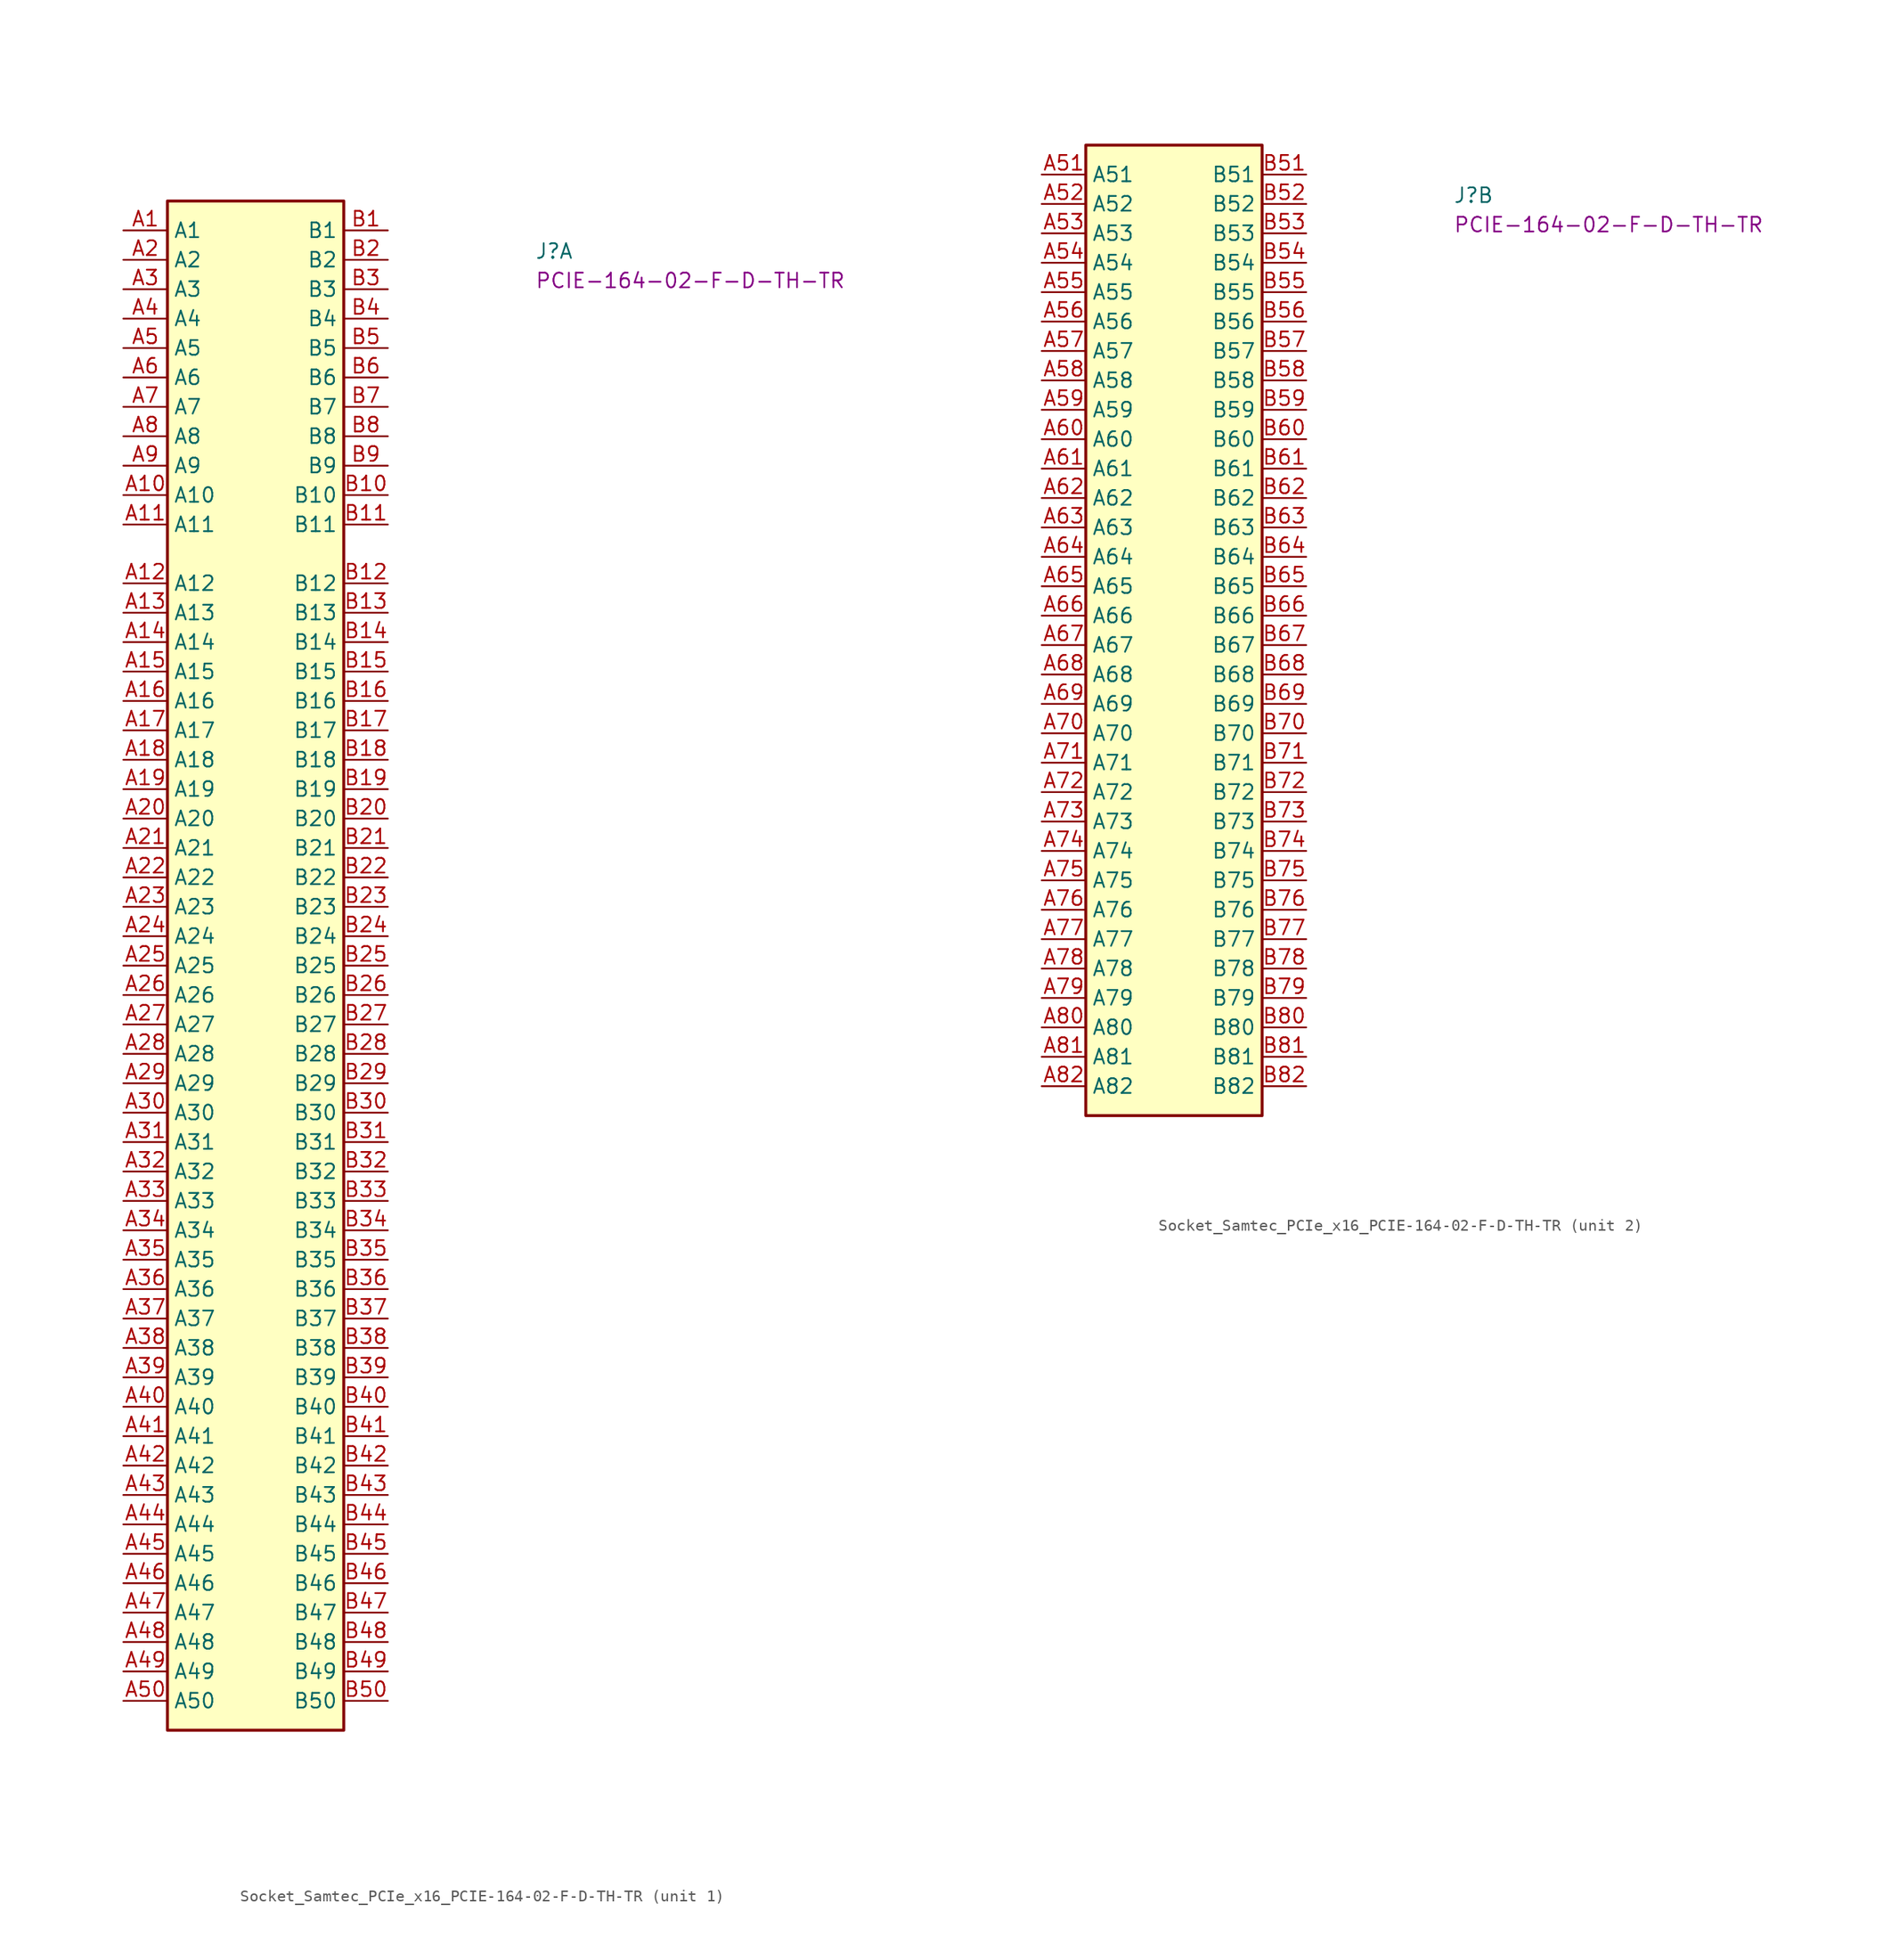
<source format=kicad_sym>
(kicad_symbol_lib
  (version 20220914)
  (generator kicad_symbol_editor)
  (symbol "Socket_Samtec_PCIe_x16_PCIE-164-02-F-D-TH-TR"
    (property "Reference" "J"
      (at 35.56 -2.54 0)
      (effects (font (size 1.27 1.27) (thickness 0.15)) (justify left bottom)))
    (property "MPN" "PCIE-164-02-F-D-TH-TR"
      (at 35.56 -5.08 0)
      (effects (font (size 1.27 1.27) (thickness 0.15)) (justify left bottom)))
    (symbol "Socket_Samtec_PCIe_x16_PCIE-164-02-F-D-TH-TR_1_1"
      (rectangle (start 3.81 -129.54) (end 19.05 2.54) (stroke (width 0.254) (type default)) (fill (type background)))
      (pin passive line (at 0 0 0) (length 3.81) (name "A1" (effects (font (size 1.27 1.27)))) (number "A1" (effects (font (size 1.27 1.27)))))
      (pin passive line (at 0 -22.86 0) (length 3.81) (name "A10" (effects (font (size 1.27 1.27)))) (number "A10" (effects (font (size 1.27 1.27)))))
      (pin passive line (at 0 -25.4 0) (length 3.81) (name "A11" (effects (font (size 1.27 1.27)))) (number "A11" (effects (font (size 1.27 1.27)))))
      (pin passive line (at 0 -30.48 0) (length 3.81) (name "A12" (effects (font (size 1.27 1.27)))) (number "A12" (effects (font (size 1.27 1.27)))))
      (pin passive line (at 0 -33.02 0) (length 3.81) (name "A13" (effects (font (size 1.27 1.27)))) (number "A13" (effects (font (size 1.27 1.27)))))
      (pin passive line (at 0 -35.56 0) (length 3.81) (name "A14" (effects (font (size 1.27 1.27)))) (number "A14" (effects (font (size 1.27 1.27)))))
      (pin passive line (at 0 -38.1 0) (length 3.81) (name "A15" (effects (font (size 1.27 1.27)))) (number "A15" (effects (font (size 1.27 1.27)))))
      (pin passive line (at 0 -40.64 0) (length 3.81) (name "A16" (effects (font (size 1.27 1.27)))) (number "A16" (effects (font (size 1.27 1.27)))))
      (pin passive line (at 0 -43.18 0) (length 3.81) (name "A17" (effects (font (size 1.27 1.27)))) (number "A17" (effects (font (size 1.27 1.27)))))
      (pin passive line (at 0 -45.72 0) (length 3.81) (name "A18" (effects (font (size 1.27 1.27)))) (number "A18" (effects (font (size 1.27 1.27)))))
      (pin passive line (at 0 -48.26 0) (length 3.81) (name "A19" (effects (font (size 1.27 1.27)))) (number "A19" (effects (font (size 1.27 1.27)))))
      (pin passive line (at 0 -2.54 0) (length 3.81) (name "A2" (effects (font (size 1.27 1.27)))) (number "A2" (effects (font (size 1.27 1.27)))))
      (pin passive line (at 0 -50.8 0) (length 3.81) (name "A20" (effects (font (size 1.27 1.27)))) (number "A20" (effects (font (size 1.27 1.27)))))
      (pin passive line (at 0 -53.34 0) (length 3.81) (name "A21" (effects (font (size 1.27 1.27)))) (number "A21" (effects (font (size 1.27 1.27)))))
      (pin passive line (at 0 -55.88 0) (length 3.81) (name "A22" (effects (font (size 1.27 1.27)))) (number "A22" (effects (font (size 1.27 1.27)))))
      (pin passive line (at 0 -58.42 0) (length 3.81) (name "A23" (effects (font (size 1.27 1.27)))) (number "A23" (effects (font (size 1.27 1.27)))))
      (pin passive line (at 0 -60.96 0) (length 3.81) (name "A24" (effects (font (size 1.27 1.27)))) (number "A24" (effects (font (size 1.27 1.27)))))
      (pin passive line (at 0 -63.5 0) (length 3.81) (name "A25" (effects (font (size 1.27 1.27)))) (number "A25" (effects (font (size 1.27 1.27)))))
      (pin passive line (at 0 -66.04 0) (length 3.81) (name "A26" (effects (font (size 1.27 1.27)))) (number "A26" (effects (font (size 1.27 1.27)))))
      (pin passive line (at 0 -68.58 0) (length 3.81) (name "A27" (effects (font (size 1.27 1.27)))) (number "A27" (effects (font (size 1.27 1.27)))))
      (pin passive line (at 0 -71.12 0) (length 3.81) (name "A28" (effects (font (size 1.27 1.27)))) (number "A28" (effects (font (size 1.27 1.27)))))
      (pin passive line (at 0 -73.66 0) (length 3.81) (name "A29" (effects (font (size 1.27 1.27)))) (number "A29" (effects (font (size 1.27 1.27)))))
      (pin passive line (at 0 -5.08 0) (length 3.81) (name "A3" (effects (font (size 1.27 1.27)))) (number "A3" (effects (font (size 1.27 1.27)))))
      (pin passive line (at 0 -76.2 0) (length 3.81) (name "A30" (effects (font (size 1.27 1.27)))) (number "A30" (effects (font (size 1.27 1.27)))))
      (pin passive line (at 0 -78.74 0) (length 3.81) (name "A31" (effects (font (size 1.27 1.27)))) (number "A31" (effects (font (size 1.27 1.27)))))
      (pin passive line (at 0 -81.28 0) (length 3.81) (name "A32" (effects (font (size 1.27 1.27)))) (number "A32" (effects (font (size 1.27 1.27)))))
      (pin passive line (at 0 -83.82 0) (length 3.81) (name "A33" (effects (font (size 1.27 1.27)))) (number "A33" (effects (font (size 1.27 1.27)))))
      (pin passive line (at 0 -86.36 0) (length 3.81) (name "A34" (effects (font (size 1.27 1.27)))) (number "A34" (effects (font (size 1.27 1.27)))))
      (pin passive line (at 0 -88.9 0) (length 3.81) (name "A35" (effects (font (size 1.27 1.27)))) (number "A35" (effects (font (size 1.27 1.27)))))
      (pin passive line (at 0 -91.44 0) (length 3.81) (name "A36" (effects (font (size 1.27 1.27)))) (number "A36" (effects (font (size 1.27 1.27)))))
      (pin passive line (at 0 -93.98 0) (length 3.81) (name "A37" (effects (font (size 1.27 1.27)))) (number "A37" (effects (font (size 1.27 1.27)))))
      (pin passive line (at 0 -96.52 0) (length 3.81) (name "A38" (effects (font (size 1.27 1.27)))) (number "A38" (effects (font (size 1.27 1.27)))))
      (pin passive line (at 0 -99.06 0) (length 3.81) (name "A39" (effects (font (size 1.27 1.27)))) (number "A39" (effects (font (size 1.27 1.27)))))
      (pin passive line (at 0 -7.62 0) (length 3.81) (name "A4" (effects (font (size 1.27 1.27)))) (number "A4" (effects (font (size 1.27 1.27)))))
      (pin passive line (at 0 -101.6 0) (length 3.81) (name "A40" (effects (font (size 1.27 1.27)))) (number "A40" (effects (font (size 1.27 1.27)))))
      (pin passive line (at 0 -104.14 0) (length 3.81) (name "A41" (effects (font (size 1.27 1.27)))) (number "A41" (effects (font (size 1.27 1.27)))))
      (pin passive line (at 0 -106.68 0) (length 3.81) (name "A42" (effects (font (size 1.27 1.27)))) (number "A42" (effects (font (size 1.27 1.27)))))
      (pin passive line (at 0 -109.22 0) (length 3.81) (name "A43" (effects (font (size 1.27 1.27)))) (number "A43" (effects (font (size 1.27 1.27)))))
      (pin passive line (at 0 -111.76 0) (length 3.81) (name "A44" (effects (font (size 1.27 1.27)))) (number "A44" (effects (font (size 1.27 1.27)))))
      (pin passive line (at 0 -114.3 0) (length 3.81) (name "A45" (effects (font (size 1.27 1.27)))) (number "A45" (effects (font (size 1.27 1.27)))))
      (pin passive line (at 0 -116.84 0) (length 3.81) (name "A46" (effects (font (size 1.27 1.27)))) (number "A46" (effects (font (size 1.27 1.27)))))
      (pin passive line (at 0 -119.38 0) (length 3.81) (name "A47" (effects (font (size 1.27 1.27)))) (number "A47" (effects (font (size 1.27 1.27)))))
      (pin passive line (at 0 -121.92 0) (length 3.81) (name "A48" (effects (font (size 1.27 1.27)))) (number "A48" (effects (font (size 1.27 1.27)))))
      (pin passive line (at 0 -124.46 0) (length 3.81) (name "A49" (effects (font (size 1.27 1.27)))) (number "A49" (effects (font (size 1.27 1.27)))))
      (pin passive line (at 0 -10.16 0) (length 3.81) (name "A5" (effects (font (size 1.27 1.27)))) (number "A5" (effects (font (size 1.27 1.27)))))
      (pin passive line (at 0 -127 0) (length 3.81) (name "A50" (effects (font (size 1.27 1.27)))) (number "A50" (effects (font (size 1.27 1.27)))))
      (pin passive line (at 0 -12.7 0) (length 3.81) (name "A6" (effects (font (size 1.27 1.27)))) (number "A6" (effects (font (size 1.27 1.27)))))
      (pin passive line (at 0 -15.24 0) (length 3.81) (name "A7" (effects (font (size 1.27 1.27)))) (number "A7" (effects (font (size 1.27 1.27)))))
      (pin passive line (at 0 -17.78 0) (length 3.81) (name "A8" (effects (font (size 1.27 1.27)))) (number "A8" (effects (font (size 1.27 1.27)))))
      (pin passive line (at 0 -20.32 0) (length 3.81) (name "A9" (effects (font (size 1.27 1.27)))) (number "A9" (effects (font (size 1.27 1.27)))))
      (pin passive line (at 22.86 0 180) (length 3.81) (name "B1" (effects (font (size 1.27 1.27)))) (number "B1" (effects (font (size 1.27 1.27)))))
      (pin passive line (at 22.86 -22.86 180) (length 3.81) (name "B10" (effects (font (size 1.27 1.27)))) (number "B10" (effects (font (size 1.27 1.27)))))
      (pin passive line (at 22.86 -25.4 180) (length 3.81) (name "B11" (effects (font (size 1.27 1.27)))) (number "B11" (effects (font (size 1.27 1.27)))))
      (pin passive line (at 22.86 -30.48 180) (length 3.81) (name "B12" (effects (font (size 1.27 1.27)))) (number "B12" (effects (font (size 1.27 1.27)))))
      (pin passive line (at 22.86 -33.02 180) (length 3.81) (name "B13" (effects (font (size 1.27 1.27)))) (number "B13" (effects (font (size 1.27 1.27)))))
      (pin passive line (at 22.86 -35.56 180) (length 3.81) (name "B14" (effects (font (size 1.27 1.27)))) (number "B14" (effects (font (size 1.27 1.27)))))
      (pin passive line (at 22.86 -38.1 180) (length 3.81) (name "B15" (effects (font (size 1.27 1.27)))) (number "B15" (effects (font (size 1.27 1.27)))))
      (pin passive line (at 22.86 -40.64 180) (length 3.81) (name "B16" (effects (font (size 1.27 1.27)))) (number "B16" (effects (font (size 1.27 1.27)))))
      (pin passive line (at 22.86 -43.18 180) (length 3.81) (name "B17" (effects (font (size 1.27 1.27)))) (number "B17" (effects (font (size 1.27 1.27)))))
      (pin passive line (at 22.86 -45.72 180) (length 3.81) (name "B18" (effects (font (size 1.27 1.27)))) (number "B18" (effects (font (size 1.27 1.27)))))
      (pin passive line (at 22.86 -48.26 180) (length 3.81) (name "B19" (effects (font (size 1.27 1.27)))) (number "B19" (effects (font (size 1.27 1.27)))))
      (pin passive line (at 22.86 -2.54 180) (length 3.81) (name "B2" (effects (font (size 1.27 1.27)))) (number "B2" (effects (font (size 1.27 1.27)))))
      (pin passive line (at 22.86 -50.8 180) (length 3.81) (name "B20" (effects (font (size 1.27 1.27)))) (number "B20" (effects (font (size 1.27 1.27)))))
      (pin passive line (at 22.86 -53.34 180) (length 3.81) (name "B21" (effects (font (size 1.27 1.27)))) (number "B21" (effects (font (size 1.27 1.27)))))
      (pin passive line (at 22.86 -55.88 180) (length 3.81) (name "B22" (effects (font (size 1.27 1.27)))) (number "B22" (effects (font (size 1.27 1.27)))))
      (pin passive line (at 22.86 -58.42 180) (length 3.81) (name "B23" (effects (font (size 1.27 1.27)))) (number "B23" (effects (font (size 1.27 1.27)))))
      (pin passive line (at 22.86 -60.96 180) (length 3.81) (name "B24" (effects (font (size 1.27 1.27)))) (number "B24" (effects (font (size 1.27 1.27)))))
      (pin passive line (at 22.86 -63.5 180) (length 3.81) (name "B25" (effects (font (size 1.27 1.27)))) (number "B25" (effects (font (size 1.27 1.27)))))
      (pin passive line (at 22.86 -66.04 180) (length 3.81) (name "B26" (effects (font (size 1.27 1.27)))) (number "B26" (effects (font (size 1.27 1.27)))))
      (pin passive line (at 22.86 -68.58 180) (length 3.81) (name "B27" (effects (font (size 1.27 1.27)))) (number "B27" (effects (font (size 1.27 1.27)))))
      (pin passive line (at 22.86 -71.12 180) (length 3.81) (name "B28" (effects (font (size 1.27 1.27)))) (number "B28" (effects (font (size 1.27 1.27)))))
      (pin passive line (at 22.86 -73.66 180) (length 3.81) (name "B29" (effects (font (size 1.27 1.27)))) (number "B29" (effects (font (size 1.27 1.27)))))
      (pin passive line (at 22.86 -5.08 180) (length 3.81) (name "B3" (effects (font (size 1.27 1.27)))) (number "B3" (effects (font (size 1.27 1.27)))))
      (pin passive line (at 22.86 -76.2 180) (length 3.81) (name "B30" (effects (font (size 1.27 1.27)))) (number "B30" (effects (font (size 1.27 1.27)))))
      (pin passive line (at 22.86 -78.74 180) (length 3.81) (name "B31" (effects (font (size 1.27 1.27)))) (number "B31" (effects (font (size 1.27 1.27)))))
      (pin passive line (at 22.86 -81.28 180) (length 3.81) (name "B32" (effects (font (size 1.27 1.27)))) (number "B32" (effects (font (size 1.27 1.27)))))
      (pin passive line (at 22.86 -83.82 180) (length 3.81) (name "B33" (effects (font (size 1.27 1.27)))) (number "B33" (effects (font (size 1.27 1.27)))))
      (pin passive line (at 22.86 -86.36 180) (length 3.81) (name "B34" (effects (font (size 1.27 1.27)))) (number "B34" (effects (font (size 1.27 1.27)))))
      (pin passive line (at 22.86 -88.9 180) (length 3.81) (name "B35" (effects (font (size 1.27 1.27)))) (number "B35" (effects (font (size 1.27 1.27)))))
      (pin passive line (at 22.86 -91.44 180) (length 3.81) (name "B36" (effects (font (size 1.27 1.27)))) (number "B36" (effects (font (size 1.27 1.27)))))
      (pin passive line (at 22.86 -93.98 180) (length 3.81) (name "B37" (effects (font (size 1.27 1.27)))) (number "B37" (effects (font (size 1.27 1.27)))))
      (pin passive line (at 22.86 -96.52 180) (length 3.81) (name "B38" (effects (font (size 1.27 1.27)))) (number "B38" (effects (font (size 1.27 1.27)))))
      (pin passive line (at 22.86 -99.06 180) (length 3.81) (name "B39" (effects (font (size 1.27 1.27)))) (number "B39" (effects (font (size 1.27 1.27)))))
      (pin passive line (at 22.86 -7.62 180) (length 3.81) (name "B4" (effects (font (size 1.27 1.27)))) (number "B4" (effects (font (size 1.27 1.27)))))
      (pin passive line (at 22.86 -101.6 180) (length 3.81) (name "B40" (effects (font (size 1.27 1.27)))) (number "B40" (effects (font (size 1.27 1.27)))))
      (pin passive line (at 22.86 -104.14 180) (length 3.81) (name "B41" (effects (font (size 1.27 1.27)))) (number "B41" (effects (font (size 1.27 1.27)))))
      (pin passive line (at 22.86 -106.68 180) (length 3.81) (name "B42" (effects (font (size 1.27 1.27)))) (number "B42" (effects (font (size 1.27 1.27)))))
      (pin passive line (at 22.86 -109.22 180) (length 3.81) (name "B43" (effects (font (size 1.27 1.27)))) (number "B43" (effects (font (size 1.27 1.27)))))
      (pin passive line (at 22.86 -111.76 180) (length 3.81) (name "B44" (effects (font (size 1.27 1.27)))) (number "B44" (effects (font (size 1.27 1.27)))))
      (pin passive line (at 22.86 -114.3 180) (length 3.81) (name "B45" (effects (font (size 1.27 1.27)))) (number "B45" (effects (font (size 1.27 1.27)))))
      (pin passive line (at 22.86 -116.84 180) (length 3.81) (name "B46" (effects (font (size 1.27 1.27)))) (number "B46" (effects (font (size 1.27 1.27)))))
      (pin passive line (at 22.86 -119.38 180) (length 3.81) (name "B47" (effects (font (size 1.27 1.27)))) (number "B47" (effects (font (size 1.27 1.27)))))
      (pin passive line (at 22.86 -121.92 180) (length 3.81) (name "B48" (effects (font (size 1.27 1.27)))) (number "B48" (effects (font (size 1.27 1.27)))))
      (pin passive line (at 22.86 -124.46 180) (length 3.81) (name "B49" (effects (font (size 1.27 1.27)))) (number "B49" (effects (font (size 1.27 1.27)))))
      (pin passive line (at 22.86 -10.16 180) (length 3.81) (name "B5" (effects (font (size 1.27 1.27)))) (number "B5" (effects (font (size 1.27 1.27)))))
      (pin passive line (at 22.86 -127 180) (length 3.81) (name "B50" (effects (font (size 1.27 1.27)))) (number "B50" (effects (font (size 1.27 1.27)))))
      (pin passive line (at 22.86 -12.7 180) (length 3.81) (name "B6" (effects (font (size 1.27 1.27)))) (number "B6" (effects (font (size 1.27 1.27)))))
      (pin passive line (at 22.86 -15.24 180) (length 3.81) (name "B7" (effects (font (size 1.27 1.27)))) (number "B7" (effects (font (size 1.27 1.27)))))
      (pin passive line (at 22.86 -17.78 180) (length 3.81) (name "B8" (effects (font (size 1.27 1.27)))) (number "B8" (effects (font (size 1.27 1.27)))))
      (pin passive line (at 22.86 -20.32 180) (length 3.81) (name "B9" (effects (font (size 1.27 1.27)))) (number "B9" (effects (font (size 1.27 1.27))))))
    (symbol "Socket_Samtec_PCIe_x16_PCIE-164-02-F-D-TH-TR_2_1"
      (rectangle (start 3.81 -81.28) (end 19.05 2.54) (stroke (width 0.254) (type default)) (fill (type background)))
      (pin passive line (at 0 0 0) (length 3.81) (name "A51" (effects (font (size 1.27 1.27)))) (number "A51" (effects (font (size 1.27 1.27)))))
      (pin passive line (at 0 -2.54 0) (length 3.81) (name "A52" (effects (font (size 1.27 1.27)))) (number "A52" (effects (font (size 1.27 1.27)))))
      (pin passive line (at 0 -5.08 0) (length 3.81) (name "A53" (effects (font (size 1.27 1.27)))) (number "A53" (effects (font (size 1.27 1.27)))))
      (pin passive line (at 0 -7.62 0) (length 3.81) (name "A54" (effects (font (size 1.27 1.27)))) (number "A54" (effects (font (size 1.27 1.27)))))
      (pin passive line (at 0 -10.16 0) (length 3.81) (name "A55" (effects (font (size 1.27 1.27)))) (number "A55" (effects (font (size 1.27 1.27)))))
      (pin passive line (at 0 -12.7 0) (length 3.81) (name "A56" (effects (font (size 1.27 1.27)))) (number "A56" (effects (font (size 1.27 1.27)))))
      (pin passive line (at 0 -15.24 0) (length 3.81) (name "A57" (effects (font (size 1.27 1.27)))) (number "A57" (effects (font (size 1.27 1.27)))))
      (pin passive line (at 0 -17.78 0) (length 3.81) (name "A58" (effects (font (size 1.27 1.27)))) (number "A58" (effects (font (size 1.27 1.27)))))
      (pin passive line (at 0 -20.32 0) (length 3.81) (name "A59" (effects (font (size 1.27 1.27)))) (number "A59" (effects (font (size 1.27 1.27)))))
      (pin passive line (at 0 -22.86 0) (length 3.81) (name "A60" (effects (font (size 1.27 1.27)))) (number "A60" (effects (font (size 1.27 1.27)))))
      (pin passive line (at 0 -25.4 0) (length 3.81) (name "A61" (effects (font (size 1.27 1.27)))) (number "A61" (effects (font (size 1.27 1.27)))))
      (pin passive line (at 0 -27.94 0) (length 3.81) (name "A62" (effects (font (size 1.27 1.27)))) (number "A62" (effects (font (size 1.27 1.27)))))
      (pin passive line (at 0 -30.48 0) (length 3.81) (name "A63" (effects (font (size 1.27 1.27)))) (number "A63" (effects (font (size 1.27 1.27)))))
      (pin passive line (at 0 -33.02 0) (length 3.81) (name "A64" (effects (font (size 1.27 1.27)))) (number "A64" (effects (font (size 1.27 1.27)))))
      (pin passive line (at 0 -35.56 0) (length 3.81) (name "A65" (effects (font (size 1.27 1.27)))) (number "A65" (effects (font (size 1.27 1.27)))))
      (pin passive line (at 0 -38.1 0) (length 3.81) (name "A66" (effects (font (size 1.27 1.27)))) (number "A66" (effects (font (size 1.27 1.27)))))
      (pin passive line (at 0 -40.64 0) (length 3.81) (name "A67" (effects (font (size 1.27 1.27)))) (number "A67" (effects (font (size 1.27 1.27)))))
      (pin passive line (at 0 -43.18 0) (length 3.81) (name "A68" (effects (font (size 1.27 1.27)))) (number "A68" (effects (font (size 1.27 1.27)))))
      (pin passive line (at 0 -45.72 0) (length 3.81) (name "A69" (effects (font (size 1.27 1.27)))) (number "A69" (effects (font (size 1.27 1.27)))))
      (pin passive line (at 0 -48.26 0) (length 3.81) (name "A70" (effects (font (size 1.27 1.27)))) (number "A70" (effects (font (size 1.27 1.27)))))
      (pin passive line (at 0 -50.8 0) (length 3.81) (name "A71" (effects (font (size 1.27 1.27)))) (number "A71" (effects (font (size 1.27 1.27)))))
      (pin passive line (at 0 -53.34 0) (length 3.81) (name "A72" (effects (font (size 1.27 1.27)))) (number "A72" (effects (font (size 1.27 1.27)))))
      (pin passive line (at 0 -55.88 0) (length 3.81) (name "A73" (effects (font (size 1.27 1.27)))) (number "A73" (effects (font (size 1.27 1.27)))))
      (pin passive line (at 0 -58.42 0) (length 3.81) (name "A74" (effects (font (size 1.27 1.27)))) (number "A74" (effects (font (size 1.27 1.27)))))
      (pin passive line (at 0 -60.96 0) (length 3.81) (name "A75" (effects (font (size 1.27 1.27)))) (number "A75" (effects (font (size 1.27 1.27)))))
      (pin passive line (at 0 -63.5 0) (length 3.81) (name "A76" (effects (font (size 1.27 1.27)))) (number "A76" (effects (font (size 1.27 1.27)))))
      (pin passive line (at 0 -66.04 0) (length 3.81) (name "A77" (effects (font (size 1.27 1.27)))) (number "A77" (effects (font (size 1.27 1.27)))))
      (pin passive line (at 0 -68.58 0) (length 3.81) (name "A78" (effects (font (size 1.27 1.27)))) (number "A78" (effects (font (size 1.27 1.27)))))
      (pin passive line (at 0 -71.12 0) (length 3.81) (name "A79" (effects (font (size 1.27 1.27)))) (number "A79" (effects (font (size 1.27 1.27)))))
      (pin passive line (at 0 -73.66 0) (length 3.81) (name "A80" (effects (font (size 1.27 1.27)))) (number "A80" (effects (font (size 1.27 1.27)))))
      (pin passive line (at 0 -76.2 0) (length 3.81) (name "A81" (effects (font (size 1.27 1.27)))) (number "A81" (effects (font (size 1.27 1.27)))))
      (pin passive line (at 0 -78.74 0) (length 3.81) (name "A82" (effects (font (size 1.27 1.27)))) (number "A82" (effects (font (size 1.27 1.27)))))
      (pin passive line (at 22.86 0 180) (length 3.81) (name "B51" (effects (font (size 1.27 1.27)))) (number "B51" (effects (font (size 1.27 1.27)))))
      (pin passive line (at 22.86 -2.54 180) (length 3.81) (name "B52" (effects (font (size 1.27 1.27)))) (number "B52" (effects (font (size 1.27 1.27)))))
      (pin passive line (at 22.86 -5.08 180) (length 3.81) (name "B53" (effects (font (size 1.27 1.27)))) (number "B53" (effects (font (size 1.27 1.27)))))
      (pin passive line (at 22.86 -7.62 180) (length 3.81) (name "B54" (effects (font (size 1.27 1.27)))) (number "B54" (effects (font (size 1.27 1.27)))))
      (pin passive line (at 22.86 -10.16 180) (length 3.81) (name "B55" (effects (font (size 1.27 1.27)))) (number "B55" (effects (font (size 1.27 1.27)))))
      (pin passive line (at 22.86 -12.7 180) (length 3.81) (name "B56" (effects (font (size 1.27 1.27)))) (number "B56" (effects (font (size 1.27 1.27)))))
      (pin passive line (at 22.86 -15.24 180) (length 3.81) (name "B57" (effects (font (size 1.27 1.27)))) (number "B57" (effects (font (size 1.27 1.27)))))
      (pin passive line (at 22.86 -17.78 180) (length 3.81) (name "B58" (effects (font (size 1.27 1.27)))) (number "B58" (effects (font (size 1.27 1.27)))))
      (pin passive line (at 22.86 -20.32 180) (length 3.81) (name "B59" (effects (font (size 1.27 1.27)))) (number "B59" (effects (font (size 1.27 1.27)))))
      (pin passive line (at 22.86 -22.86 180) (length 3.81) (name "B60" (effects (font (size 1.27 1.27)))) (number "B60" (effects (font (size 1.27 1.27)))))
      (pin passive line (at 22.86 -25.4 180) (length 3.81) (name "B61" (effects (font (size 1.27 1.27)))) (number "B61" (effects (font (size 1.27 1.27)))))
      (pin passive line (at 22.86 -27.94 180) (length 3.81) (name "B62" (effects (font (size 1.27 1.27)))) (number "B62" (effects (font (size 1.27 1.27)))))
      (pin passive line (at 22.86 -30.48 180) (length 3.81) (name "B63" (effects (font (size 1.27 1.27)))) (number "B63" (effects (font (size 1.27 1.27)))))
      (pin passive line (at 22.86 -33.02 180) (length 3.81) (name "B64" (effects (font (size 1.27 1.27)))) (number "B64" (effects (font (size 1.27 1.27)))))
      (pin passive line (at 22.86 -35.56 180) (length 3.81) (name "B65" (effects (font (size 1.27 1.27)))) (number "B65" (effects (font (size 1.27 1.27)))))
      (pin passive line (at 22.86 -38.1 180) (length 3.81) (name "B66" (effects (font (size 1.27 1.27)))) (number "B66" (effects (font (size 1.27 1.27)))))
      (pin passive line (at 22.86 -40.64 180) (length 3.81) (name "B67" (effects (font (size 1.27 1.27)))) (number "B67" (effects (font (size 1.27 1.27)))))
      (pin passive line (at 22.86 -43.18 180) (length 3.81) (name "B68" (effects (font (size 1.27 1.27)))) (number "B68" (effects (font (size 1.27 1.27)))))
      (pin passive line (at 22.86 -45.72 180) (length 3.81) (name "B69" (effects (font (size 1.27 1.27)))) (number "B69" (effects (font (size 1.27 1.27)))))
      (pin passive line (at 22.86 -48.26 180) (length 3.81) (name "B70" (effects (font (size 1.27 1.27)))) (number "B70" (effects (font (size 1.27 1.27)))))
      (pin passive line (at 22.86 -50.8 180) (length 3.81) (name "B71" (effects (font (size 1.27 1.27)))) (number "B71" (effects (font (size 1.27 1.27)))))
      (pin passive line (at 22.86 -53.34 180) (length 3.81) (name "B72" (effects (font (size 1.27 1.27)))) (number "B72" (effects (font (size 1.27 1.27)))))
      (pin passive line (at 22.86 -55.88 180) (length 3.81) (name "B73" (effects (font (size 1.27 1.27)))) (number "B73" (effects (font (size 1.27 1.27)))))
      (pin passive line (at 22.86 -58.42 180) (length 3.81) (name "B74" (effects (font (size 1.27 1.27)))) (number "B74" (effects (font (size 1.27 1.27)))))
      (pin passive line (at 22.86 -60.96 180) (length 3.81) (name "B75" (effects (font (size 1.27 1.27)))) (number "B75" (effects (font (size 1.27 1.27)))))
      (pin passive line (at 22.86 -63.5 180) (length 3.81) (name "B76" (effects (font (size 1.27 1.27)))) (number "B76" (effects (font (size 1.27 1.27)))))
      (pin passive line (at 22.86 -66.04 180) (length 3.81) (name "B77" (effects (font (size 1.27 1.27)))) (number "B77" (effects (font (size 1.27 1.27)))))
      (pin passive line (at 22.86 -68.58 180) (length 3.81) (name "B78" (effects (font (size 1.27 1.27)))) (number "B78" (effects (font (size 1.27 1.27)))))
      (pin passive line (at 22.86 -71.12 180) (length 3.81) (name "B79" (effects (font (size 1.27 1.27)))) (number "B79" (effects (font (size 1.27 1.27)))))
      (pin passive line (at 22.86 -73.66 180) (length 3.81) (name "B80" (effects (font (size 1.27 1.27)))) (number "B80" (effects (font (size 1.27 1.27)))))
      (pin passive line (at 22.86 -76.2 180) (length 3.81) (name "B81" (effects (font (size 1.27 1.27)))) (number "B81" (effects (font (size 1.27 1.27)))))
      (pin passive line (at 22.86 -78.74 180) (length 3.81) (name "B82" (effects (font (size 1.27 1.27)))) (number "B82" (effects (font (size 1.27 1.27))))))))
</source>
